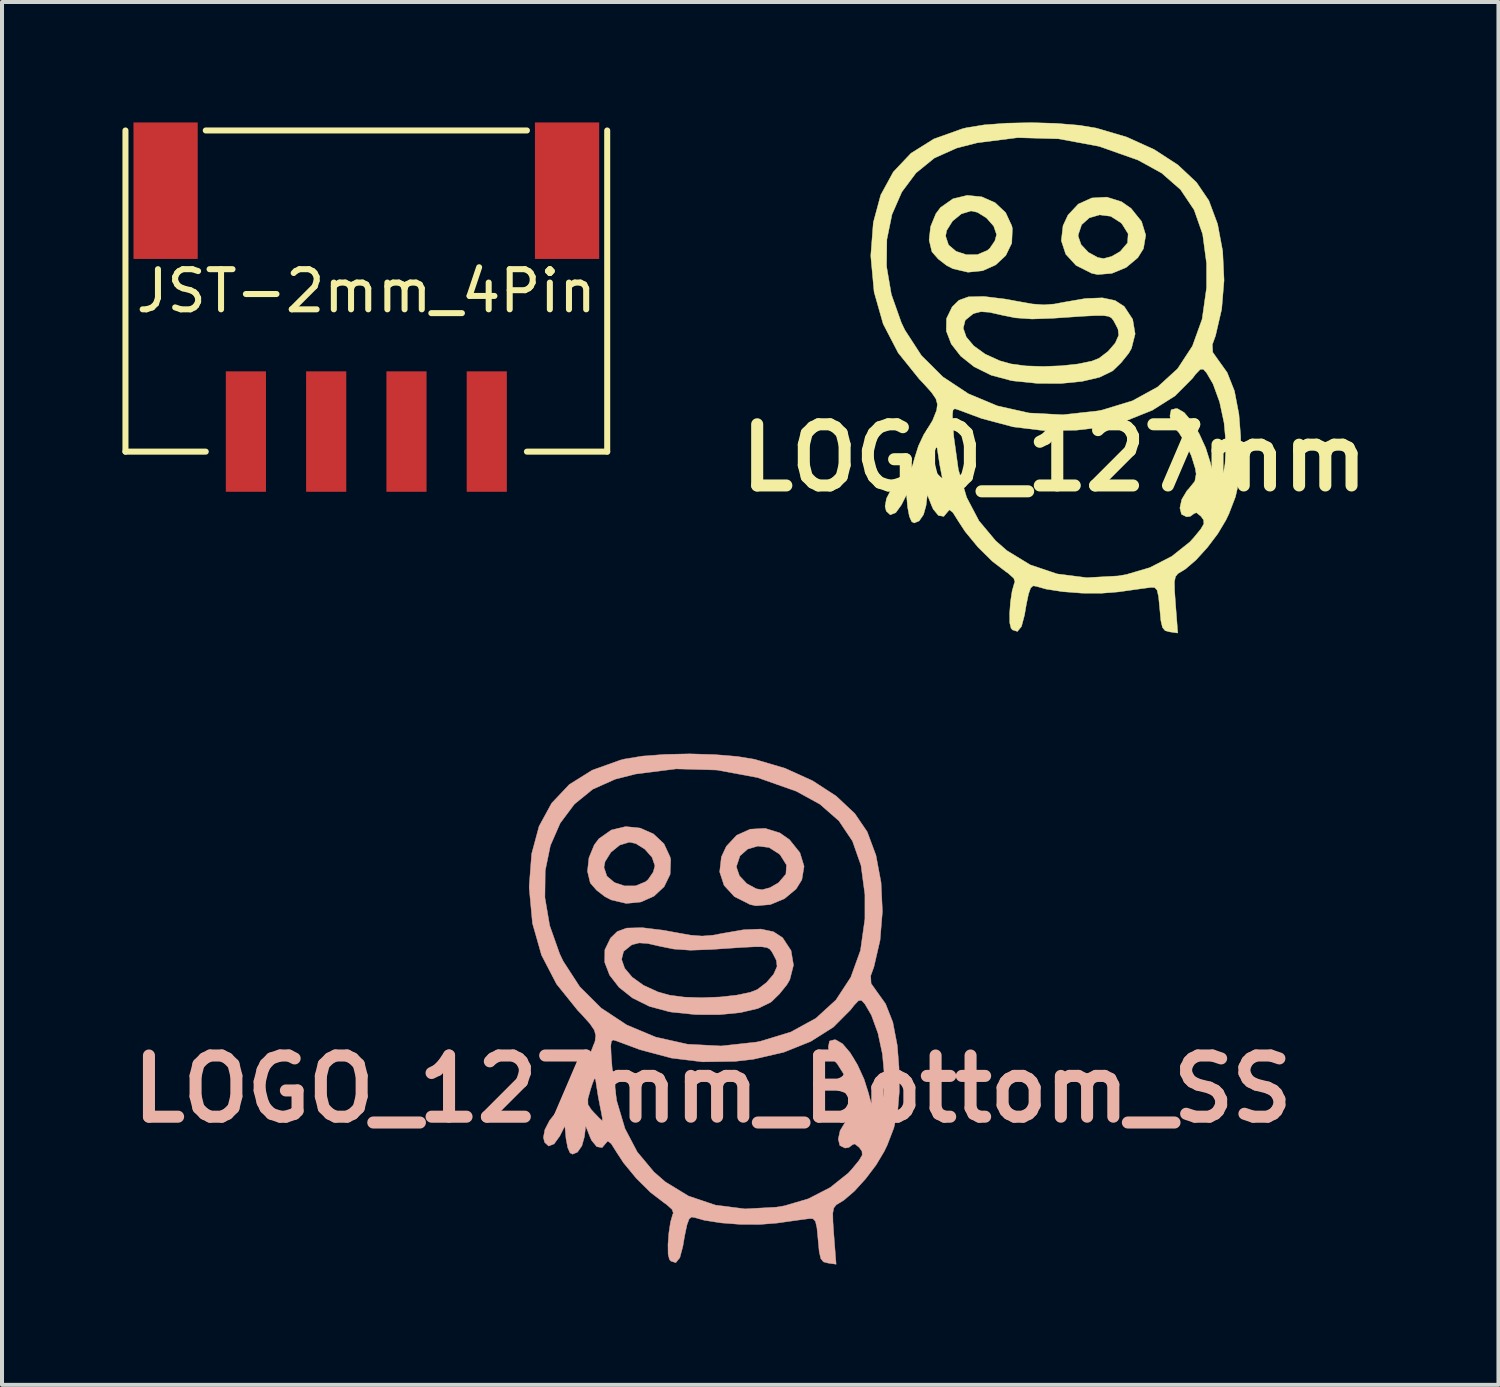
<source format=kicad_pcb>
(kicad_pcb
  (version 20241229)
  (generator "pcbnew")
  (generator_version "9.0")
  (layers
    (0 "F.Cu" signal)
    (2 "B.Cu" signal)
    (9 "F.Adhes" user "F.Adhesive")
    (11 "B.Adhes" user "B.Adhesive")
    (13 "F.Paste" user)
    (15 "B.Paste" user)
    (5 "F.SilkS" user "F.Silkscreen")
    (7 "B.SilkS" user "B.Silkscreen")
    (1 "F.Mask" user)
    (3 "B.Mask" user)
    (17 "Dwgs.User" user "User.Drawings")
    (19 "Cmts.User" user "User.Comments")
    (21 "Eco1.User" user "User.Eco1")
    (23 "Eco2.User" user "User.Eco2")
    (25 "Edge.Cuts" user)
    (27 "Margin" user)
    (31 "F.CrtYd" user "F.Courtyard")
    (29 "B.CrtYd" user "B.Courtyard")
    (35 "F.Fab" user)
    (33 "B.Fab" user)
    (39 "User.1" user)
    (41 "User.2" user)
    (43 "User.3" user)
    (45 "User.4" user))
  (footprint "LOGO_127mm_Bottom_SS"
    (layer "F.Cu")
    (at 14.703 22.076)
    (property "Reference" "LOGO_127mm_Bottom_SS" (at 0 2 0) (layer "B.SilkS") (effects (font (size 1.524 1.524) (thickness 0.3))))
    (attr through_hole)
    (fp_poly (pts (xy 1.672 -4.379) (xy 1.911 -4.212) (xy 2.172 -3.887) (xy 2.276 -3.547) (xy 2.22 -3.211) (xy 2.078 -2.983) (xy 1.787 -2.74) (xy 1.434 -2.594) (xy 1.078 -2.564) (xy 0.931 -2.595) (xy 0.539 -2.793) (xy 0.283 -3.072) (xy 0.173 -3.408) (xy 0.186 -3.52) (xy 0.593 -3.52) (xy 0.666 -3.31) (xy 0.849 -3.116) (xy 1.084 -2.988) (xy 1.228 -2.963) (xy 1.426 -3.015) (xy 1.639 -3.138) (xy 1.64 -3.139) (xy 1.823 -3.353) (xy 1.838 -3.58) (xy 1.686 -3.824) (xy 1.655 -3.856) (xy 1.403 -4.016) (xy 1.127 -4.051) (xy 0.871 -3.977) (xy 0.679 -3.806) (xy 0.594 -3.553) (xy 0.593 -3.52) (xy 0.186 -3.52) (xy 0.216 -3.781) (xy 0.339 -4.045) (xy 0.597 -4.321) (xy 0.933 -4.472) (xy 1.305 -4.493) (xy 1.672 -4.379)) (stroke (width 0.01) (type solid)) (fill yes) (layer "B.SilkS"))
    (fp_poly (pts (xy -1.807 -4.5) (xy -1.476 -4.354) (xy -1.214 -4.108) (xy -1.059 -3.774) (xy -1.046 -3.708) (xy -1.061 -3.346) (xy -1.21 -3.039) (xy -1.462 -2.804) (xy -1.786 -2.659) (xy -2.152 -2.622) (xy -2.527 -2.71) (xy -2.683 -2.79) (xy -2.893 -2.952) (xy -3.044 -3.125) (xy -3.052 -3.14) (xy -3.12 -3.424) (xy -3.109 -3.522) (xy -2.709 -3.522) (xy -2.636 -3.302) (xy -2.448 -3.143) (xy -2.193 -3.059) (xy -1.917 -3.061) (xy -1.67 -3.165) (xy -1.609 -3.217) (xy -1.482 -3.403) (xy -1.439 -3.56) (xy -1.511 -3.77) (xy -1.69 -3.973) (xy -1.916 -4.114) (xy -2.074 -4.149) (xy -2.316 -4.076) (xy -2.537 -3.896) (xy -2.682 -3.663) (xy -2.709 -3.522) (xy -3.109 -3.522) (xy -3.083 -3.759) (xy -2.952 -4.079) (xy -2.836 -4.234) (xy -2.525 -4.452) (xy -2.169 -4.537) (xy -1.807 -4.5)) (stroke (width 0.01) (type solid)) (fill yes) (layer "B.SilkS"))
    (fp_poly (pts (xy -1.224 -1.954) (xy -0.927 -1.899) (xy -0.55 -1.832) (xy -0.263 -1.81) (xy 0.005 -1.831) (xy 0.224 -1.873) (xy 0.776 -1.968) (xy 1.198 -1.984) (xy 1.512 -1.918) (xy 1.739 -1.771) (xy 1.741 -1.769) (xy 1.951 -1.449) (xy 2.012 -1.086) (xy 1.92 -0.722) (xy 1.849 -0.6) (xy 1.664 -0.37) (xy 1.468 -0.179) (xy 1.439 -0.157) (xy 1.127 -0.006) (xy 0.689 0.097) (xy 0.162 0.149) (xy -0.418 0.147) (xy -1.012 0.086) (xy -1.082 0.075) (xy -1.577 -0.058) (xy -1.998 -0.267) (xy -2.332 -0.532) (xy -2.568 -0.835) (xy -2.69 -1.153) (xy -2.69 -1.229) (xy -2.27 -1.229) (xy -2.194 -1.009) (xy -2.007 -0.787) (xy -1.724 -0.583) (xy -1.363 -0.418) (xy -1.073 -0.337) (xy -0.709 -0.289) (xy -0.276 -0.275) (xy 0.175 -0.292) (xy 0.596 -0.338) (xy 0.936 -0.409) (xy 1.113 -0.479) (xy 1.339 -0.652) (xy 1.512 -0.853) (xy 1.523 -0.872) (xy 1.603 -1.054) (xy 1.585 -1.205) (xy 1.52 -1.333) (xy 1.472 -1.421) (xy 1.424 -1.483) (xy 1.352 -1.523) (xy 1.228 -1.542) (xy 1.029 -1.542) (xy 0.727 -1.527) (xy 0.298 -1.498) (xy -0.042 -1.475) (xy -0.555 -1.457) (xy -0.97 -1.486) (xy -1.308 -1.554) (xy -1.621 -1.625) (xy -1.832 -1.639) (xy -1.997 -1.597) (xy -2.028 -1.583) (xy -2.22 -1.427) (xy -2.27 -1.229) (xy -2.69 -1.229) (xy -2.687 -1.468) (xy -2.546 -1.759) (xy -2.378 -1.923) (xy -2.143 -2.009) (xy -1.757 -2.019) (xy -1.224 -1.954)) (stroke (width 0.01) (type solid)) (fill yes) (layer "B.SilkS"))
    (fp_poly (pts (xy 0.05 -6.33) (xy 0.617 -6.283) (xy 1.042 -6.213) (xy 1.802 -5.989) (xy 2.488 -5.678) (xy 3.075 -5.297) (xy 3.54 -4.861) (xy 3.849 -4.406) (xy 4.066 -3.822) (xy 4.193 -3.144) (xy 4.227 -2.421) (xy 4.168 -1.704) (xy 4.015 -1.041) (xy 3.935 -0.821) (xy 3.945 -0.629) (xy 4.049 -0.481) (xy 4.305 -0.123) (xy 4.486 0.335) (xy 4.597 0.914) (xy 4.64 1.461) (xy 4.648 2.059) (xy 4.608 2.545) (xy 4.511 2.972) (xy 4.349 3.394) (xy 4.271 3.556) (xy 4.071 3.891) (xy 3.809 4.237) (xy 3.528 4.546) (xy 3.268 4.769) (xy 3.186 4.82) (xy 3.079 4.884) (xy 3.017 4.961) (xy 2.991 5.089) (xy 2.995 5.309) (xy 3.019 5.652) (xy 3.074 6.365) (xy 2.871 6.336) (xy 2.759 6.306) (xy 2.693 6.226) (xy 2.653 6.057) (xy 2.625 5.759) (xy 2.625 5.757) (xy 2.596 5.46) (xy 2.559 5.297) (xy 2.499 5.232) (xy 2.413 5.228) (xy 2.249 5.249) (xy 1.974 5.287) (xy 1.643 5.334) (xy 1.601 5.34) (xy 1.172 5.374) (xy 0.688 5.372) (xy 0.208 5.335) (xy -0.209 5.27) (xy -0.448 5.202) (xy -0.529 5.189) (xy -0.59 5.242) (xy -0.643 5.389) (xy -0.699 5.657) (xy -0.744 5.92) (xy -0.819 6.202) (xy -0.92 6.326) (xy -1.042 6.287) (xy -1.078 6.247) (xy -1.111 6.113) (xy -1.114 5.874) (xy -1.093 5.589) (xy -1.052 5.318) (xy -0.997 5.123) (xy -0.981 5.092) (xy -1.012 5) (xy -1.153 4.874) (xy -1.206 4.838) (xy -1.547 4.577) (xy -1.904 4.224) (xy -2.222 3.838) (xy -2.396 3.572) (xy -2.529 3.361) (xy -2.613 3.296) (xy -2.653 3.339) (xy -2.755 3.46) (xy -2.888 3.437) (xy -3.018 3.279) (xy -3.055 3.196) (xy -3.164 2.921) (xy -3.196 3.19) (xy -3.259 3.416) (xy -3.368 3.573) (xy -3.491 3.624) (xy -3.554 3.591) (xy -3.612 3.46) (xy -3.653 3.243) (xy -3.656 3.217) (xy -3.683 2.921) (xy -3.811 3.175) (xy -3.951 3.368) (xy -4.087 3.421) (xy -4.187 3.329) (xy -4.217 3.208) (xy -4.181 3.013) (xy -4.065 2.787) (xy -3.906 2.586) (xy -3.745 2.467) (xy -3.69 2.455) (xy -3.614 2.38) (xy -3.556 2.243) (xy -3.109 2.243) (xy -3.107 2.387) (xy -3.025 2.514) (xy -2.962 2.583) (xy -2.825 2.725) (xy -2.749 2.793) (xy -2.746 2.794) (xy -2.75 2.721) (xy -2.784 2.539) (xy -2.797 2.477) (xy -2.853 2.188) (xy -2.895 1.919) (xy -2.897 1.905) (xy -2.919 1.758) (xy -2.945 1.739) (xy -2.995 1.861) (xy -3.044 2.012) (xy -3.109 2.243) (xy -3.556 2.243) (xy -3.531 2.187) (xy -3.484 2.016) (xy -3.385 1.704) (xy -3.25 1.417) (xy -3.184 1.317) (xy -3.034 1.071) (xy -2.975 0.923) (xy -2.539 0.923) (xy -2.53 1.15) (xy -2.505 1.477) (xy -2.391 2.295) (xy -2.185 2.986) (xy -1.879 3.569) (xy -1.462 4.068) (xy -1.181 4.313) (xy -0.602 4.666) (xy 0.069 4.892) (xy 0.807 4.986) (xy 1.586 4.943) (xy 1.788 4.909) (xy 2.379 4.735) (xy 2.926 4.454) (xy 3.374 4.097) (xy 3.47 3.992) (xy 3.646 3.778) (xy 3.724 3.645) (xy 3.717 3.549) (xy 3.652 3.458) (xy 3.541 3.368) (xy 3.486 3.385) (xy 3.389 3.457) (xy 3.295 3.471) (xy 3.167 3.408) (xy 3.127 3.249) (xy 3.173 3.038) (xy 3.301 2.823) (xy 3.352 2.767) (xy 3.499 2.584) (xy 3.532 2.404) (xy 3.511 2.269) (xy 3.412 1.95) (xy 3.264 1.628) (xy 3.1 1.37) (xy 3.012 1.275) (xy 2.907 1.107) (xy 2.879 0.957) (xy 2.909 0.805) (xy 3.031 0.773) (xy 3.069 0.777) (xy 3.234 0.873) (xy 3.422 1.094) (xy 3.608 1.401) (xy 3.77 1.755) (xy 3.885 2.118) (xy 3.898 2.175) (xy 3.98 2.465) (xy 4.066 2.586) (xy 4.148 2.54) (xy 4.22 2.325) (xy 4.251 2.152) (xy 4.276 1.66) (xy 4.227 1.128) (xy 4.116 0.61) (xy 3.953 0.161) (xy 3.79 -0.118) (xy 3.708 -0.207) (xy 3.633 -0.202) (xy 3.522 -0.086) (xy 3.435 0.027) (xy 3.005 0.459) (xy 2.442 0.815) (xy 1.769 1.085) (xy 1.009 1.26) (xy 0.55 1.312) (xy -0.254 1.324) (xy -1.025 1.23) (xy -1.814 1.02) (xy -2.405 0.8) (xy -2.481 0.778) (xy -2.524 0.81) (xy -2.539 0.923) (xy -2.975 0.923) (xy -2.935 0.822) (xy -2.93 0.802) (xy -2.914 0.663) (xy -2.95 0.532) (xy -3.059 0.372) (xy -3.262 0.146) (xy -3.363 0.041) (xy -3.89 -0.614) (xy -4.264 -1.334) (xy -4.49 -2.128) (xy -4.549 -2.768) (xy -4.18 -2.768) (xy -4.061 -2.071) (xy -3.811 -1.365) (xy -3.724 -1.183) (xy -3.312 -0.548) (xy -2.778 -0.016) (xy -2.141 0.405) (xy -1.419 0.707) (xy -0.629 0.884) (xy 0.211 0.928) (xy 1.083 0.832) (xy 1.196 0.809) (xy 1.946 0.58) (xy 2.571 0.237) (xy 3.069 -0.218) (xy 3.439 -0.783) (xy 3.681 -1.455) (xy 3.791 -2.235) (xy 3.791 -2.843) (xy 3.694 -3.568) (xy 3.481 -4.176) (xy 3.143 -4.68) (xy 2.671 -5.093) (xy 2.083 -5.416) (xy 1.114 -5.758) (xy 0.107 -5.945) (xy -0.914 -5.974) (xy -1.922 -5.846) (xy -2.43 -5.716) (xy -2.988 -5.467) (xy -3.446 -5.095) (xy -3.8 -4.621) (xy -4.044 -4.062) (xy -4.172 -3.438) (xy -4.18 -2.768) (xy -4.549 -2.768) (xy -4.571 -3.006) (xy -4.571 -3.06) (xy -4.51 -3.86) (xy -4.325 -4.546) (xy -4.012 -5.12) (xy -3.572 -5.585) (xy -3.002 -5.942) (xy -2.301 -6.193) (xy -2.194 -6.22) (xy -1.746 -6.293) (xy -1.186 -6.335) (xy -0.569 -6.348) (xy 0.05 -6.33)) (stroke (width 0.01) (type solid)) (fill yes) (layer "B.SilkS")))
  (footprint "JST-2mm_4Pin"
    (layer "F.Cu")
    (at 6.075 4.2)
    (property "Reference" "JST-2mm_4Pin" (at 0 0 0) (layer "F.SilkS") (effects (font (size 1 1) (thickness 0.15))))
    (attr through_hole)
    (fp_line (start -6 4) (end -6 -4) (stroke (width 0.15) (type solid)) (layer "F.SilkS"))
    (fp_line (start -6 4) (end -4 4) (stroke (width 0.15) (type solid)) (layer "F.SilkS"))
    (fp_line (start 4 -4) (end -4 -4) (stroke (width 0.15) (type solid)) (layer "F.SilkS"))
    (fp_line (start 6 -4) (end 6 4) (stroke (width 0.15) (type solid)) (layer "F.SilkS"))
    (fp_line (start 6 4) (end 4 4) (stroke (width 0.15) (type solid)) (layer "F.SilkS"))
    (pad "" smd rect (at -5 -2.5) (size 1.6 3.4) (layers "F.Cu" "F.Mask" "F.Paste"))
    (pad "" smd rect (at 5 -2.5) (size 1.6 3.4) (layers "F.Cu" "F.Mask" "F.Paste"))
    (pad "1" smd rect (at 3 3.5) (size 1 3) (layers "F.Cu" "F.Mask" "F.Paste"))
    (pad "2" smd rect (at 1 3.5) (size 1 3) (layers "F.Cu" "F.Mask" "F.Paste"))
    (pad "3" smd rect (at -1 3.5) (size 1 3) (layers "F.Cu" "F.Mask" "F.Paste"))
    (pad "4" smd rect (at -3 3.5) (size 1 3) (layers "F.Cu" "F.Mask" "F.Paste")))
  (footprint "LOGO_127mm"
    (layer "F.Cu")
    (at 23.213 6.353)
    (property "Reference" "LOGO_127mm" (at 0 2 0) (layer "F.SilkS") (effects (font (size 1.524 1.524) (thickness 0.3))))
    (attr through_hole)
    (fp_poly (pts (xy 1.672 -4.379) (xy 1.911 -4.212) (xy 2.172 -3.887) (xy 2.276 -3.547) (xy 2.22 -3.211) (xy 2.078 -2.983) (xy 1.787 -2.74) (xy 1.434 -2.594) (xy 1.078 -2.564) (xy 0.931 -2.595) (xy 0.539 -2.793) (xy 0.283 -3.072) (xy 0.173 -3.408) (xy 0.186 -3.52) (xy 0.593 -3.52) (xy 0.666 -3.31) (xy 0.849 -3.116) (xy 1.084 -2.988) (xy 1.228 -2.963) (xy 1.426 -3.015) (xy 1.639 -3.138) (xy 1.64 -3.139) (xy 1.823 -3.353) (xy 1.838 -3.58) (xy 1.686 -3.824) (xy 1.655 -3.856) (xy 1.403 -4.016) (xy 1.127 -4.051) (xy 0.871 -3.977) (xy 0.679 -3.806) (xy 0.594 -3.553) (xy 0.593 -3.52) (xy 0.186 -3.52) (xy 0.216 -3.781) (xy 0.339 -4.045) (xy 0.597 -4.321) (xy 0.933 -4.472) (xy 1.305 -4.493) (xy 1.672 -4.379)) (stroke (width 0.01) (type solid)) (fill yes) (layer "F.SilkS"))
    (fp_poly (pts (xy -1.807 -4.5) (xy -1.476 -4.354) (xy -1.214 -4.108) (xy -1.059 -3.774) (xy -1.046 -3.708) (xy -1.061 -3.346) (xy -1.21 -3.039) (xy -1.462 -2.804) (xy -1.786 -2.659) (xy -2.152 -2.622) (xy -2.527 -2.71) (xy -2.683 -2.79) (xy -2.893 -2.952) (xy -3.044 -3.125) (xy -3.052 -3.14) (xy -3.12 -3.424) (xy -3.109 -3.522) (xy -2.709 -3.522) (xy -2.636 -3.302) (xy -2.448 -3.143) (xy -2.193 -3.059) (xy -1.917 -3.061) (xy -1.67 -3.165) (xy -1.609 -3.217) (xy -1.482 -3.403) (xy -1.439 -3.56) (xy -1.511 -3.77) (xy -1.69 -3.973) (xy -1.916 -4.114) (xy -2.074 -4.149) (xy -2.316 -4.076) (xy -2.537 -3.896) (xy -2.682 -3.663) (xy -2.709 -3.522) (xy -3.109 -3.522) (xy -3.083 -3.759) (xy -2.952 -4.079) (xy -2.836 -4.234) (xy -2.525 -4.452) (xy -2.169 -4.537) (xy -1.807 -4.5)) (stroke (width 0.01) (type solid)) (fill yes) (layer "F.SilkS"))
    (fp_poly (pts (xy -1.224 -1.954) (xy -0.927 -1.899) (xy -0.55 -1.832) (xy -0.263 -1.81) (xy 0.005 -1.831) (xy 0.224 -1.873) (xy 0.776 -1.968) (xy 1.198 -1.984) (xy 1.512 -1.918) (xy 1.739 -1.771) (xy 1.741 -1.769) (xy 1.951 -1.449) (xy 2.012 -1.086) (xy 1.92 -0.722) (xy 1.849 -0.6) (xy 1.664 -0.37) (xy 1.468 -0.179) (xy 1.439 -0.157) (xy 1.127 -0.006) (xy 0.689 0.097) (xy 0.162 0.149) (xy -0.418 0.147) (xy -1.012 0.086) (xy -1.082 0.075) (xy -1.577 -0.058) (xy -1.998 -0.267) (xy -2.332 -0.532) (xy -2.568 -0.835) (xy -2.69 -1.153) (xy -2.69 -1.229) (xy -2.27 -1.229) (xy -2.194 -1.009) (xy -2.007 -0.787) (xy -1.724 -0.583) (xy -1.363 -0.418) (xy -1.073 -0.337) (xy -0.709 -0.289) (xy -0.276 -0.275) (xy 0.175 -0.292) (xy 0.596 -0.338) (xy 0.936 -0.409) (xy 1.113 -0.479) (xy 1.339 -0.652) (xy 1.512 -0.853) (xy 1.523 -0.872) (xy 1.603 -1.054) (xy 1.585 -1.205) (xy 1.52 -1.333) (xy 1.472 -1.421) (xy 1.424 -1.483) (xy 1.352 -1.523) (xy 1.228 -1.542) (xy 1.029 -1.542) (xy 0.727 -1.527) (xy 0.298 -1.498) (xy -0.042 -1.475) (xy -0.555 -1.457) (xy -0.97 -1.486) (xy -1.308 -1.554) (xy -1.621 -1.625) (xy -1.832 -1.639) (xy -1.997 -1.597) (xy -2.028 -1.583) (xy -2.22 -1.427) (xy -2.27 -1.229) (xy -2.69 -1.229) (xy -2.687 -1.468) (xy -2.546 -1.759) (xy -2.378 -1.923) (xy -2.143 -2.009) (xy -1.757 -2.019) (xy -1.224 -1.954)) (stroke (width 0.01) (type solid)) (fill yes) (layer "F.SilkS"))
    (fp_poly (pts (xy 0.05 -6.33) (xy 0.617 -6.283) (xy 1.042 -6.213) (xy 1.802 -5.989) (xy 2.488 -5.678) (xy 3.075 -5.297) (xy 3.54 -4.861) (xy 3.849 -4.406) (xy 4.066 -3.822) (xy 4.193 -3.144) (xy 4.227 -2.421) (xy 4.168 -1.704) (xy 4.015 -1.041) (xy 3.935 -0.821) (xy 3.945 -0.629) (xy 4.049 -0.481) (xy 4.305 -0.123) (xy 4.486 0.335) (xy 4.597 0.914) (xy 4.64 1.461) (xy 4.648 2.059) (xy 4.608 2.545) (xy 4.511 2.972) (xy 4.349 3.394) (xy 4.271 3.556) (xy 4.071 3.891) (xy 3.809 4.237) (xy 3.528 4.546) (xy 3.268 4.769) (xy 3.186 4.82) (xy 3.079 4.884) (xy 3.017 4.961) (xy 2.991 5.089) (xy 2.995 5.309) (xy 3.019 5.652) (xy 3.074 6.365) (xy 2.871 6.336) (xy 2.759 6.306) (xy 2.693 6.226) (xy 2.653 6.057) (xy 2.625 5.759) (xy 2.625 5.757) (xy 2.596 5.46) (xy 2.559 5.297) (xy 2.499 5.232) (xy 2.413 5.228) (xy 2.249 5.249) (xy 1.974 5.287) (xy 1.643 5.334) (xy 1.601 5.34) (xy 1.172 5.374) (xy 0.688 5.372) (xy 0.208 5.335) (xy -0.209 5.27) (xy -0.448 5.202) (xy -0.529 5.189) (xy -0.59 5.242) (xy -0.643 5.389) (xy -0.699 5.657) (xy -0.744 5.92) (xy -0.819 6.202) (xy -0.92 6.326) (xy -1.042 6.287) (xy -1.078 6.247) (xy -1.111 6.113) (xy -1.114 5.874) (xy -1.093 5.589) (xy -1.052 5.318) (xy -0.997 5.123) (xy -0.981 5.092) (xy -1.012 5) (xy -1.153 4.874) (xy -1.206 4.838) (xy -1.547 4.577) (xy -1.904 4.224) (xy -2.222 3.838) (xy -2.396 3.572) (xy -2.529 3.361) (xy -2.613 3.296) (xy -2.653 3.339) (xy -2.755 3.46) (xy -2.888 3.437) (xy -3.018 3.279) (xy -3.055 3.196) (xy -3.164 2.921) (xy -3.196 3.19) (xy -3.259 3.416) (xy -3.368 3.573) (xy -3.491 3.624) (xy -3.554 3.591) (xy -3.612 3.46) (xy -3.653 3.243) (xy -3.656 3.217) (xy -3.683 2.921) (xy -3.811 3.175) (xy -3.951 3.368) (xy -4.087 3.421) (xy -4.187 3.329) (xy -4.217 3.208) (xy -4.181 3.013) (xy -4.065 2.787) (xy -3.906 2.586) (xy -3.745 2.467) (xy -3.69 2.455) (xy -3.614 2.38) (xy -3.556 2.243) (xy -3.109 2.243) (xy -3.107 2.387) (xy -3.025 2.514) (xy -2.962 2.583) (xy -2.825 2.725) (xy -2.749 2.793) (xy -2.746 2.794) (xy -2.75 2.721) (xy -2.784 2.539) (xy -2.797 2.477) (xy -2.853 2.188) (xy -2.895 1.919) (xy -2.897 1.905) (xy -2.919 1.758) (xy -2.945 1.739) (xy -2.995 1.861) (xy -3.044 2.012) (xy -3.109 2.243) (xy -3.556 2.243) (xy -3.531 2.187) (xy -3.484 2.016) (xy -3.385 1.704) (xy -3.25 1.417) (xy -3.184 1.317) (xy -3.034 1.071) (xy -2.975 0.923) (xy -2.539 0.923) (xy -2.53 1.15) (xy -2.505 1.477) (xy -2.391 2.295) (xy -2.185 2.986) (xy -1.879 3.569) (xy -1.462 4.068) (xy -1.181 4.313) (xy -0.602 4.666) (xy 0.069 4.892) (xy 0.807 4.986) (xy 1.586 4.943) (xy 1.788 4.909) (xy 2.379 4.735) (xy 2.926 4.454) (xy 3.374 4.097) (xy 3.47 3.992) (xy 3.646 3.778) (xy 3.724 3.645) (xy 3.717 3.549) (xy 3.652 3.458) (xy 3.541 3.368) (xy 3.486 3.385) (xy 3.389 3.457) (xy 3.295 3.471) (xy 3.167 3.408) (xy 3.127 3.249) (xy 3.173 3.038) (xy 3.301 2.823) (xy 3.352 2.767) (xy 3.499 2.584) (xy 3.532 2.404) (xy 3.511 2.269) (xy 3.412 1.95) (xy 3.264 1.628) (xy 3.1 1.37) (xy 3.012 1.275) (xy 2.907 1.107) (xy 2.879 0.957) (xy 2.909 0.805) (xy 3.031 0.773) (xy 3.069 0.777) (xy 3.234 0.873) (xy 3.422 1.094) (xy 3.608 1.401) (xy 3.77 1.755) (xy 3.885 2.118) (xy 3.898 2.175) (xy 3.98 2.465) (xy 4.066 2.586) (xy 4.148 2.54) (xy 4.22 2.325) (xy 4.251 2.152) (xy 4.276 1.66) (xy 4.227 1.128) (xy 4.116 0.61) (xy 3.953 0.161) (xy 3.79 -0.118) (xy 3.708 -0.207) (xy 3.633 -0.202) (xy 3.522 -0.086) (xy 3.435 0.027) (xy 3.005 0.459) (xy 2.442 0.815) (xy 1.769 1.085) (xy 1.009 1.26) (xy 0.55 1.312) (xy -0.254 1.324) (xy -1.025 1.23) (xy -1.814 1.02) (xy -2.405 0.8) (xy -2.481 0.778) (xy -2.524 0.81) (xy -2.539 0.923) (xy -2.975 0.923) (xy -2.935 0.822) (xy -2.93 0.802) (xy -2.914 0.663) (xy -2.95 0.532) (xy -3.059 0.372) (xy -3.262 0.146) (xy -3.363 0.041) (xy -3.89 -0.614) (xy -4.264 -1.334) (xy -4.49 -2.128) (xy -4.549 -2.768) (xy -4.18 -2.768) (xy -4.061 -2.071) (xy -3.811 -1.365) (xy -3.724 -1.183) (xy -3.312 -0.548) (xy -2.778 -0.016) (xy -2.141 0.405) (xy -1.419 0.707) (xy -0.629 0.884) (xy 0.211 0.928) (xy 1.083 0.832) (xy 1.196 0.809) (xy 1.946 0.58) (xy 2.571 0.237) (xy 3.069 -0.218) (xy 3.439 -0.783) (xy 3.681 -1.455) (xy 3.791 -2.235) (xy 3.791 -2.843) (xy 3.694 -3.568) (xy 3.481 -4.176) (xy 3.143 -4.68) (xy 2.671 -5.093) (xy 2.083 -5.416) (xy 1.114 -5.758) (xy 0.107 -5.945) (xy -0.914 -5.974) (xy -1.922 -5.846) (xy -2.43 -5.716) (xy -2.988 -5.467) (xy -3.446 -5.095) (xy -3.8 -4.621) (xy -4.044 -4.062) (xy -4.172 -3.438) (xy -4.18 -2.768) (xy -4.549 -2.768) (xy -4.571 -3.006) (xy -4.571 -3.06) (xy -4.51 -3.86) (xy -4.325 -4.546) (xy -4.012 -5.12) (xy -3.572 -5.585) (xy -3.002 -5.942) (xy -2.301 -6.193) (xy -2.194 -6.22) (xy -1.746 -6.293) (xy -1.186 -6.335) (xy -0.569 -6.348) (xy 0.05 -6.33)) (stroke (width 0.01) (type solid)) (fill yes) (layer "F.SilkS")))
  (gr_rect
    (start -3 -3)
    (end 34.275 31.446)
    (stroke (width 0.1) (type default))
    (fill no)
    (layer "Edge.Cuts")))
</source>
